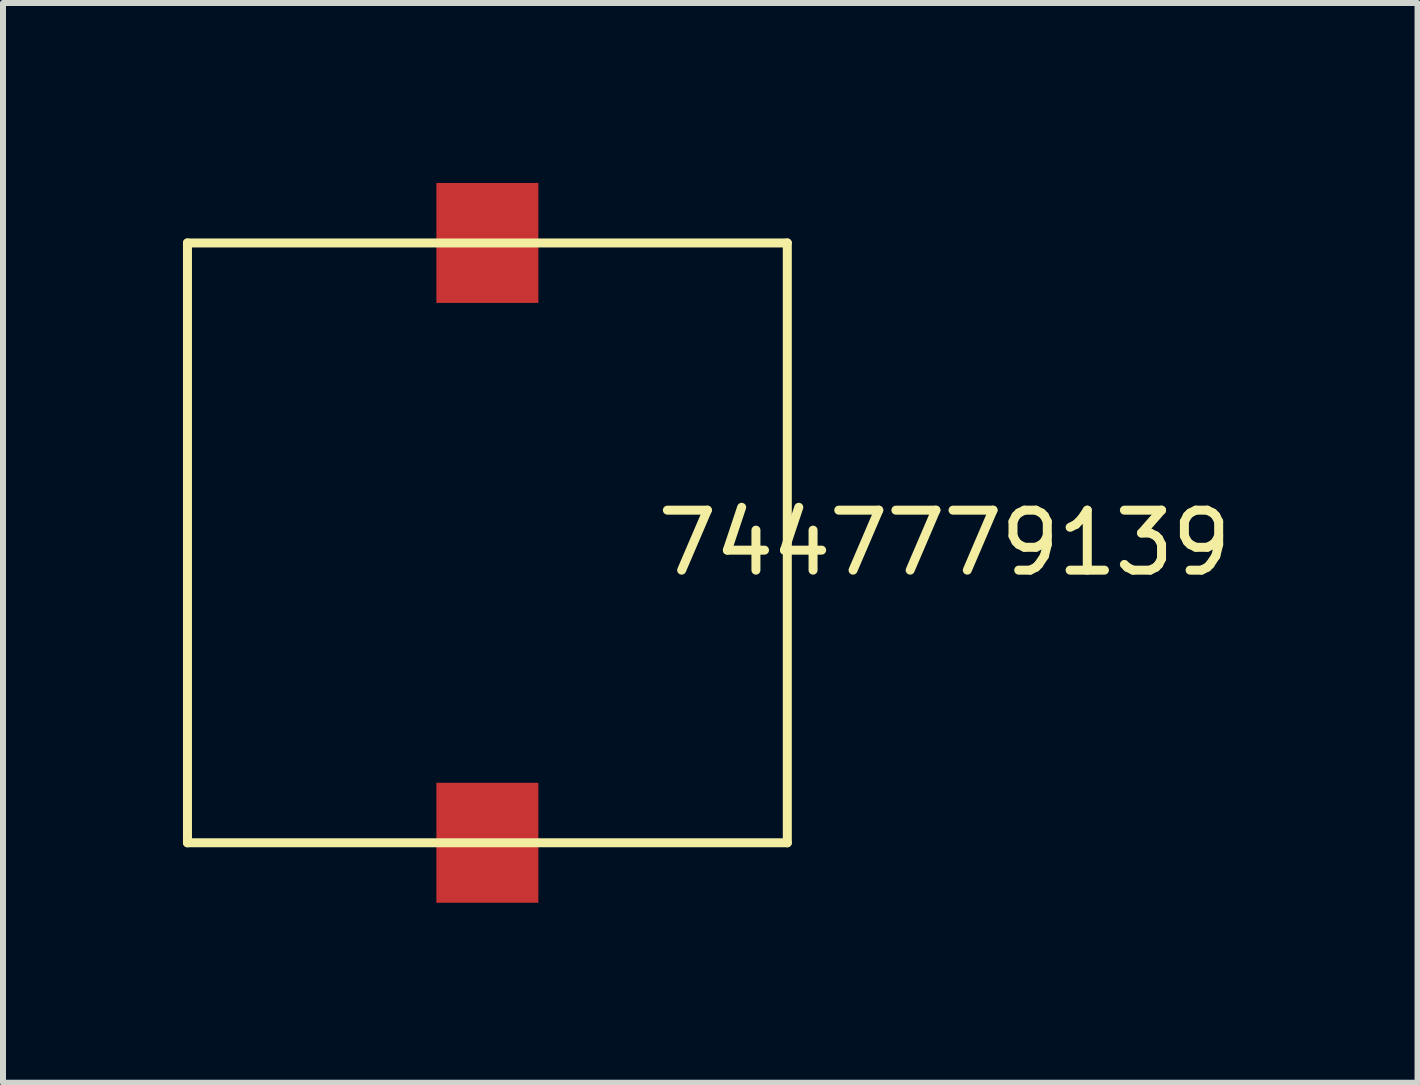
<source format=kicad_pcb>
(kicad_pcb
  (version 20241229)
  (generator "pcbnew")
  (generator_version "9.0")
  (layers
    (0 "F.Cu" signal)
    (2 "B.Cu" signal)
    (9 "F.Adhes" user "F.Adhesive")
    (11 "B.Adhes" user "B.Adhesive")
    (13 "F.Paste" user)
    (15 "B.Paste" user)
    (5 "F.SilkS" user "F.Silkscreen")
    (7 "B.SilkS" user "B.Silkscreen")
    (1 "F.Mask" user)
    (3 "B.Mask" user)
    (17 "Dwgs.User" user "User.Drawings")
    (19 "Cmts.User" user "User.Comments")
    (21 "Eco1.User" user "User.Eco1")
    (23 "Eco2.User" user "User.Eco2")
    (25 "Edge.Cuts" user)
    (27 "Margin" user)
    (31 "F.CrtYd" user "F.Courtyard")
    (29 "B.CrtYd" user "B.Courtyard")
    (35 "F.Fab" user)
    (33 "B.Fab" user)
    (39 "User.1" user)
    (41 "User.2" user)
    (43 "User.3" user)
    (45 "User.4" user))
  (footprint "7447779139"
    (layer "F.Cu")
    (at 5.075 6)
    (property "Reference" "7447779139" (at 7.62 0 0) (layer "F.SilkS") (effects (font (size 1 1) (thickness 0.15))))
    (attr through_hole)
    (fp_line (start -5 -5) (end 5 -5) (stroke (width 0.15) (type solid)) (layer "F.SilkS"))
    (fp_line (start -5 5) (end -5 -5) (stroke (width 0.15) (type solid)) (layer "F.SilkS"))
    (fp_line (start 5 -5) (end 5 5) (stroke (width 0.15) (type solid)) (layer "F.SilkS"))
    (fp_line (start 5 5) (end -5 5) (stroke (width 0.15) (type solid)) (layer "F.SilkS"))
    (pad "1" smd rect (at 0 5) (size 1.7 2) (layers "F.Cu" "F.Mask" "F.Paste"))
    (pad "2" smd rect (at 0 -5) (size 1.7 2) (layers "F.Cu" "F.Mask" "F.Paste")))
  (gr_rect
    (start -3 -3)
    (end 20.582 15)
    (stroke (width 0.1) (type default))
    (fill no)
    (layer "Edge.Cuts")))
</source>
